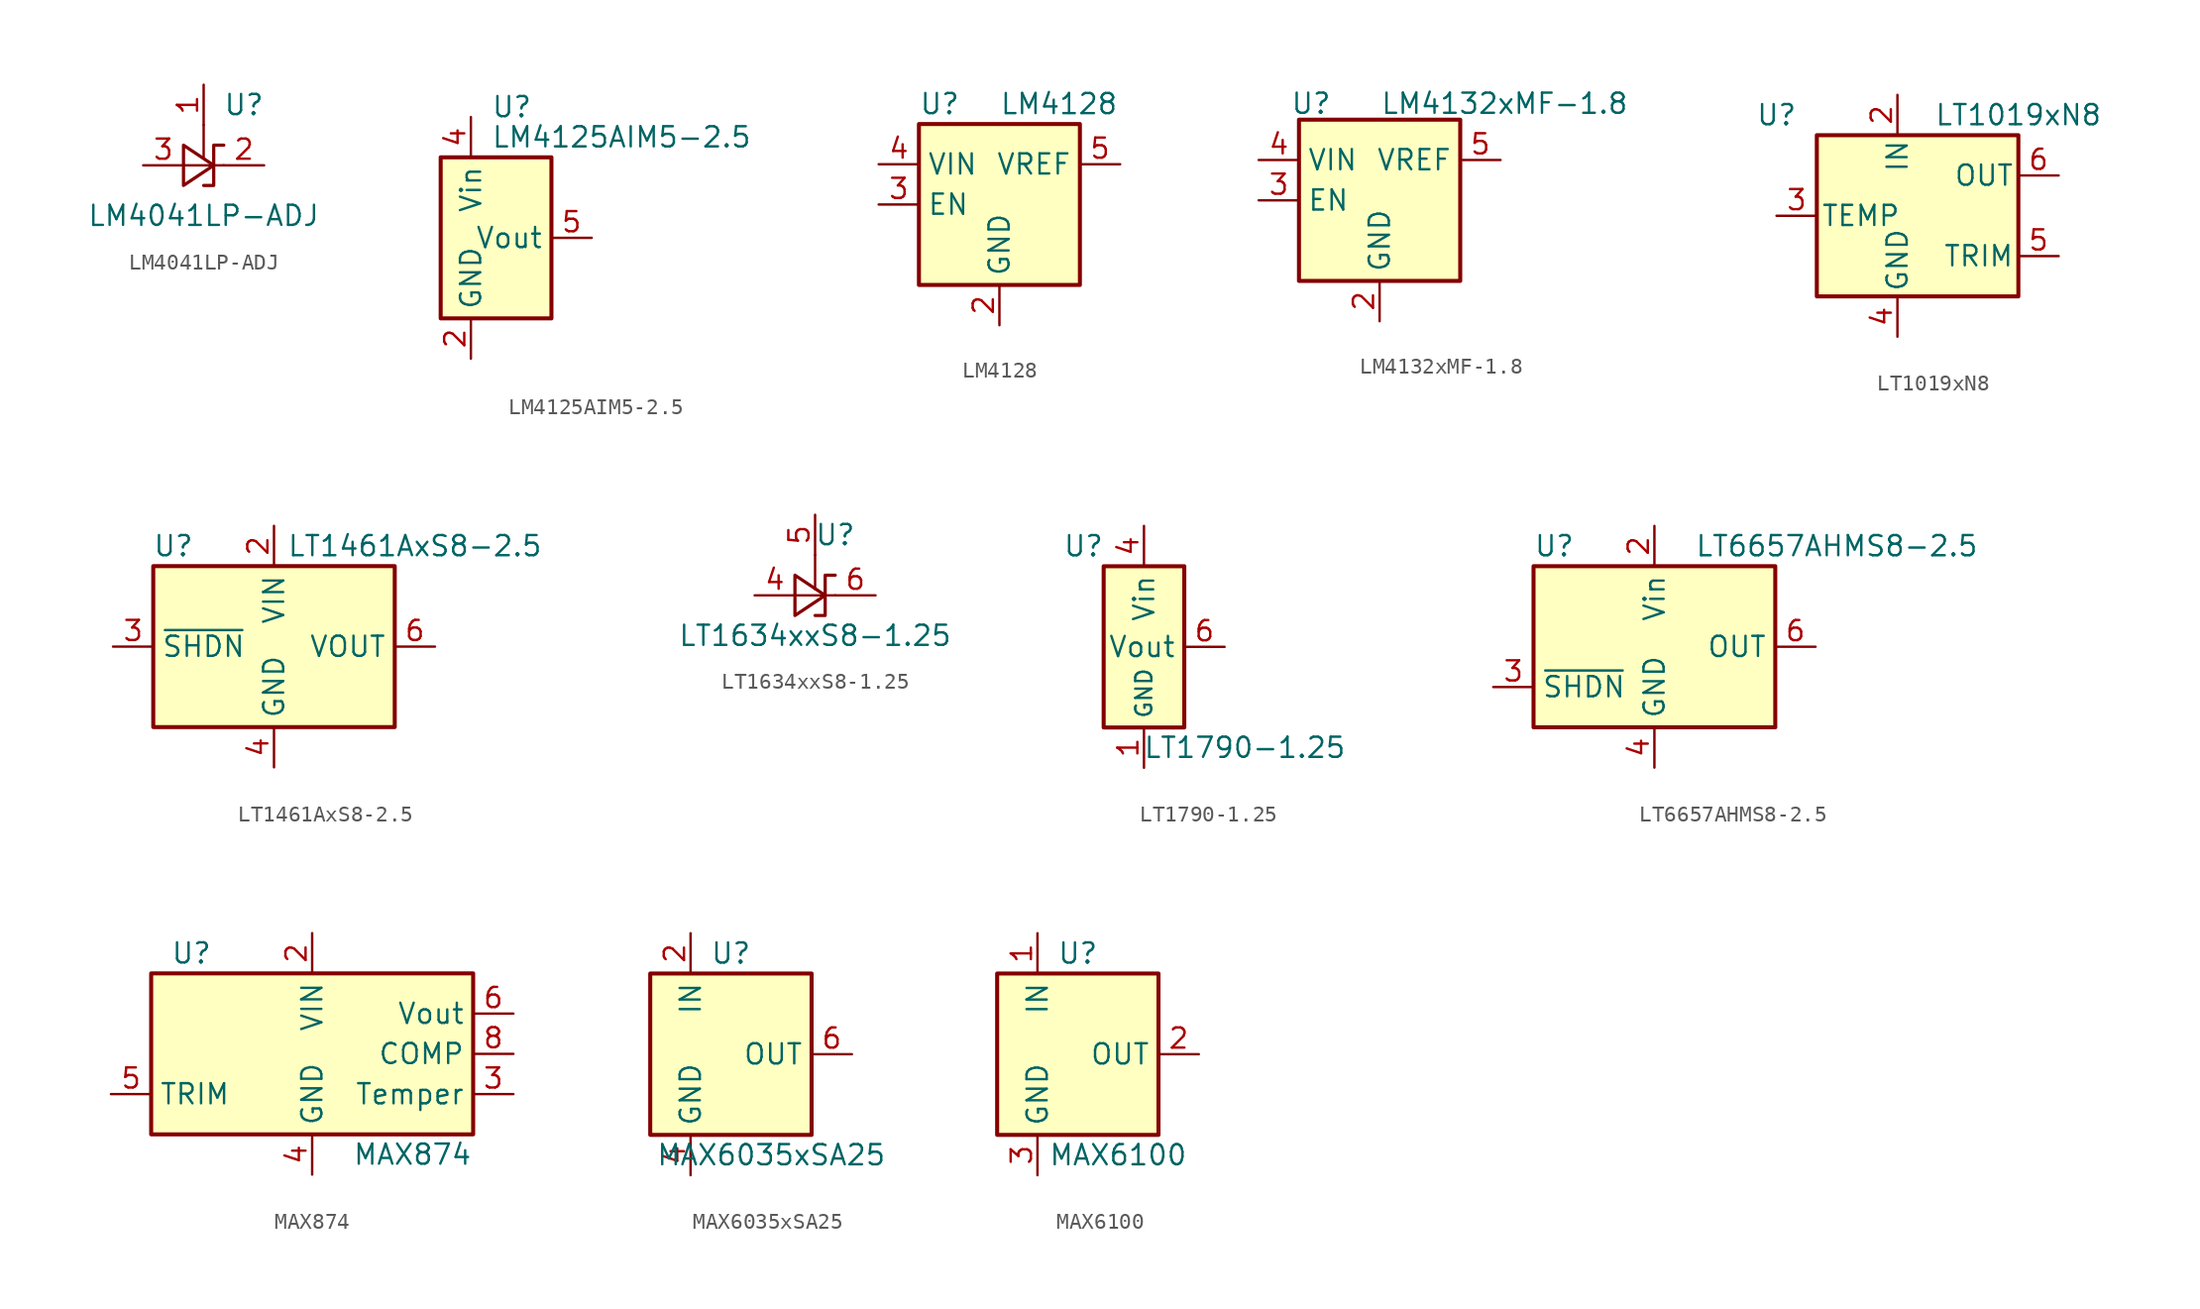
<source format=kicad_sym>
(kicad_symbol_lib
  (version 20241209)
  (generator "kicad_symbol_editor")
  (generator_version "9.0")
  (symbol "LM4041LP-ADJ"
    (pin_names
      (offset 0.025)
      (hide yes))
    (property "Reference" "U"
      (at 2.54 3.81 0)
      (effects (font (size 1.27 1.27))))
    (property "Value" "LM4041LP-ADJ"
      (at 0 -3.175 0)
      (effects (font (size 1.27 1.27))))
    (symbol "LM4041LP-ADJ_0_1"
      (polyline (pts (xy -1.27 0) (xy 0 0) (xy 1.27 0)) (stroke (width 0) (type default)) (fill (type none)))
      (polyline (pts (xy -1.27 -1.27) (xy 0.635 0) (xy -1.27 1.27) (xy -1.27 -1.27)) (stroke (width 0.203) (type default)) (fill (type none)))
      (polyline (pts (xy 0 2.54) (xy 0 0.508)) (stroke (width 0) (type default)) (fill (type none)))
      (polyline (pts (xy 0 -1.27) (xy 0.635 -1.27) (xy 0.635 1.27) (xy 1.27 1.27)) (stroke (width 0.203) (type default)) (fill (type none))))
    (symbol "LM4041LP-ADJ_1_1"
      (pin passive line (at -3.81 0 0) (length 2.54) (name "A" (effects (font (size 1.27 1.27)))) (number "3" (effects (font (size 1.27 1.27)))))
      (pin input line (at 0 5.08 270) (length 2.54) (name "FB" (effects (font (size 1.27 1.27)))) (number "1" (effects (font (size 1.27 1.27)))))
      (pin passive line (at 3.81 0 180) (length 2.54) (name "K" (effects (font (size 1.27 1.27)))) (number "2" (effects (font (size 1.27 1.27)))))))
  (symbol "LM4125AIM5-2.5"
    (property "Reference" "U"
      (at 1.27 8.255 0)
      (effects (font (size 1.27 1.27)) (justify left)))
    (property "Value" "LM4125AIM5-2.5"
      (at 1.27 6.35 0)
      (effects (font (size 1.27 1.27)) (justify left)))
    (symbol "LM4125AIM5-2.5_0_1"
      (rectangle (start -1.905 5.08) (end 5.08 -5.08) (stroke (width 0.254) (type default)) (fill (type background))))
    (symbol "LM4125AIM5-2.5_1_1"
      (pin power_in line (at 0 7.62 270) (length 2.54) (name "Vin" (effects (font (size 1.27 1.27)))) (number "4" (effects (font (size 1.27 1.27)))))
      (pin power_in line (at 0 -7.62 90) (length 2.54) (name "GND" (effects (font (size 1.27 1.27)))) (number "2" (effects (font (size 1.27 1.27)))))
      (pin no_connect line (at 2.54 -5.08 90) (length 2.54) (hide yes) (name "NC" (effects (font (size 1.27 1.27)))) (number "1" (effects (font (size 1.27 1.27)))))
      (pin no_connect line (at 5.08 -5.08 90) (length 2.54) (hide yes) (name "NC" (effects (font (size 1.27 1.27)))) (number "3" (effects (font (size 1.27 1.27)))))
      (pin power_out line (at 7.62 0 180) (length 2.54) (name "Vout" (effects (font (size 1.27 1.27)))) (number "5" (effects (font (size 1.27 1.27)))))))
  (symbol "LM4128"
    (property "Reference" "U"
      (at -5.08 6.35 0)
      (effects (font (size 1.27 1.27)) (justify left)))
    (property "Value" "LM4128"
      (at 0 6.35 0)
      (effects (font (size 1.27 1.27)) (justify left)))
    (symbol "LM4128_0_1"
      (rectangle (start -5.08 5.08) (end 5.08 -5.08) (stroke (width 0.254) (type default)) (fill (type background))))
    (symbol "LM4128_1_1"
      (pin power_in line (at -7.62 2.54 0) (length 2.54) (name "VIN" (effects (font (size 1.27 1.27)))) (number "4" (effects (font (size 1.27 1.27)))))
      (pin input line (at -7.62 0 0) (length 2.54) (name "EN" (effects (font (size 1.27 1.27)))) (number "3" (effects (font (size 1.27 1.27)))))
      (pin power_in line (at 0 -7.62 90) (length 2.54) (name "GND" (effects (font (size 1.27 1.27)))) (number "2" (effects (font (size 1.27 1.27)))))
      (pin no_connect line (at 5.08 0 180) (length 2.54) (hide yes) (name "NC" (effects (font (size 1.27 1.27)))) (number "1" (effects (font (size 1.27 1.27)))))
      (pin power_out line (at 7.62 2.54 180) (length 2.54) (name "VREF" (effects (font (size 1.27 1.27)))) (number "5" (effects (font (size 1.27 1.27)))))))
  (symbol "LM4132xMF-1.8"
    (property "Reference" "U"
      (at -4.318 6.096 0)
      (effects (font (size 1.27 1.27))))
    (property "Value" "LM4132xMF-1.8"
      (at 7.874 6.096 0)
      (effects (font (size 1.27 1.27))))
    (symbol "LM4132xMF-1.8_0_1"
      (rectangle (start -5.08 5.08) (end 5.08 -5.08) (stroke (width 0.254) (type default)) (fill (type background))))
    (symbol "LM4132xMF-1.8_1_1"
      (pin power_in line (at -7.62 2.54 0) (length 2.54) (name "VIN" (effects (font (size 1.27 1.27)))) (number "4" (effects (font (size 1.27 1.27)))))
      (pin input line (at -7.62 0 0) (length 2.54) (name "EN" (effects (font (size 1.27 1.27)))) (number "3" (effects (font (size 1.27 1.27)))))
      (pin power_in line (at 0 -7.62 90) (length 2.54) (name "GND" (effects (font (size 1.27 1.27)))) (number "2" (effects (font (size 1.27 1.27)))))
      (pin no_connect line (at 5.08 0 180) (length 2.54) (hide yes) (name "NC" (effects (font (size 1.27 1.27)))) (number "1" (effects (font (size 1.27 1.27)))))
      (pin power_out line (at 7.62 2.54 180) (length 2.54) (name "VREF" (effects (font (size 1.27 1.27)))) (number "5" (effects (font (size 1.27 1.27)))))))
  (symbol "LT1019xN8"
    (pin_names
      (offset 0.254))
    (property "Reference" "U"
      (at -7.62 6.35 0)
      (effects (font (size 1.27 1.27))))
    (property "Value" "LT1019xN8"
      (at 7.62 6.35 0)
      (effects (font (size 1.27 1.27))))
    (symbol "LT1019xN8_0_1"
      (rectangle (start 7.62 5.08) (end -5.08 -5.08) (stroke (width 0.254) (type default)) (fill (type background))))
    (symbol "LT1019xN8_1_0"
      (pin passive line (at -7.62 0 0) (length 2.54) (name "TEMP" (effects (font (size 1.27 1.27)))) (number "3" (effects (font (size 1.27 1.27)))))
      (pin no_connect line (at -5.08 2.54 0) (length 2.54) (hide yes) (name "DNC" (effects (font (size 1.27 1.27)))) (number "1" (effects (font (size 1.27 1.27)))))
      (pin no_connect line (at -5.08 -2.54 0) (length 2.54) (hide yes) (name "DNC" (effects (font (size 1.27 1.27)))) (number "8" (effects (font (size 1.27 1.27)))))
      (pin power_in line (at 0 7.62 270) (length 2.54) (name "IN" (effects (font (size 1.27 1.27)))) (number "2" (effects (font (size 1.27 1.27)))))
      (pin power_in line (at 0 -7.62 90) (length 2.54) (name "GND" (effects (font (size 1.27 1.27)))) (number "4" (effects (font (size 1.27 1.27)))))
      (pin no_connect line (at 7.62 0 180) (length 2.54) (hide yes) (name "DNC" (effects (font (size 1.27 1.27)))) (number "7" (effects (font (size 1.27 1.27)))))
      (pin power_out line (at 10.16 2.54 180) (length 2.54) (name "OUT" (effects (font (size 1.27 1.27)))) (number "6" (effects (font (size 1.27 1.27)))))
      (pin passive line (at 10.16 -2.54 180) (length 2.54) (name "TRIM" (effects (font (size 1.27 1.27)))) (number "5" (effects (font (size 1.27 1.27)))))))
  (symbol "LT1461AxS8-2.5"
    (property "Reference" "U"
      (at -6.35 6.35 0)
      (effects (font (size 1.27 1.27))))
    (property "Value" "LT1461AxS8-2.5"
      (at 8.89 6.35 0)
      (effects (font (size 1.27 1.27))))
    (symbol "LT1461AxS8-2.5_1_1"
      (rectangle (start -7.62 5.08) (end 7.62 -5.08) (stroke (width 0.254) (type default)) (fill (type background)))
      (pin input line (at -10.16 0 0) (length 2.54) (name "~{SHDN}" (effects (font (size 1.27 1.27)))) (number "3" (effects (font (size 1.27 1.27)))))
      (pin no_connect line (at -7.62 2.54 0) (length 2.54) (hide yes) (name "DNC" (effects (font (size 1.27 1.27)))) (number "7" (effects (font (size 1.27 1.27)))))
      (pin no_connect line (at -7.62 -2.54 0) (length 2.54) (hide yes) (name "DNC" (effects (font (size 1.27 1.27)))) (number "5" (effects (font (size 1.27 1.27)))))
      (pin power_in line (at 0 7.62 270) (length 2.54) (name "VIN" (effects (font (size 1.27 1.27)))) (number "2" (effects (font (size 1.27 1.27)))))
      (pin power_in line (at 0 -7.62 90) (length 2.54) (name "GND" (effects (font (size 1.27 1.27)))) (number "4" (effects (font (size 1.27 1.27)))))
      (pin no_connect line (at 7.62 2.54 180) (length 2.54) (hide yes) (name "DNC" (effects (font (size 1.27 1.27)))) (number "8" (effects (font (size 1.27 1.27)))))
      (pin no_connect line (at 7.62 -2.54 180) (length 2.54) (hide yes) (name "DNC" (effects (font (size 1.27 1.27)))) (number "1" (effects (font (size 1.27 1.27)))))
      (pin power_out line (at 10.16 0 180) (length 2.54) (name "VOUT" (effects (font (size 1.27 1.27)))) (number "6" (effects (font (size 1.27 1.27)))))))
  (symbol "LT1634xxS8-1.25"
    (pin_names
      (hide yes))
    (property "Reference" "U"
      (at 1.27 3.81 0)
      (effects (font (size 1.27 1.27))))
    (property "Value" "LT1634xxS8-1.25"
      (at 0 -2.54 0)
      (effects (font (size 1.27 1.27))))
    (symbol "LT1634xxS8-1.25_1_1"
      (polyline (pts (xy -1.27 0) (xy 0 0) (xy 1.27 0)) (stroke (width 0) (type default)) (fill (type none)))
      (polyline (pts (xy -1.27 -1.27) (xy 0.635 0) (xy -1.27 1.27) (xy -1.27 -1.27)) (stroke (width 0.203) (type default)) (fill (type none)))
      (polyline (pts (xy 0 2.54) (xy 0 0.381)) (stroke (width 0) (type default)) (fill (type none)))
      (polyline (pts (xy 0 -1.27) (xy 0.635 -1.27) (xy 0.635 1.27) (xy 1.27 1.27)) (stroke (width 0.203) (type default)) (fill (type none)))
      (pin passive line (at -3.81 0 0) (length 2.54) (name "A" (effects (font (size 1.27 1.27)))) (number "4" (effects (font (size 1.27 1.27)))))
      (pin input line (at 0 5.08 270) (length 2.54) (name "Test" (effects (font (size 1.27 1.27)))) (number "5" (effects (font (size 1.27 1.27)))))
      (pin passive line (at 3.81 0 180) (length 2.54) (name "K" (effects (font (size 1.27 1.27)))) (number "6" (effects (font (size 1.27 1.27)))))))
  (symbol "LT1790-1.25"
    (property "Reference" "U"
      (at -3.81 6.35 0)
      (effects (font (size 1.27 1.27))))
    (property "Value" "LT1790-1.25"
      (at 6.35 -6.35 0)
      (effects (font (size 1.27 1.27))))
    (symbol "LT1790-1.25_0_1"
      (rectangle (start 2.54 5.08) (end -2.54 -5.08) (stroke (width 0.254) (type default)) (fill (type background))))
    (symbol "LT1790-1.25_1_1"
      (pin power_in line (at 0 7.62 270) (length 2.54) (name "Vin" (effects (font (size 1.27 1.27)))) (number "4" (effects (font (size 1.27 1.27)))))
      (pin power_in line (at 0 -7.62 90) (length 2.54) (name "GND" (effects (font (size 1.016 1.016)))) (number "1" (effects (font (size 1.27 1.27)))))
      (pin passive line (at 0 -7.62 90) (length 2.54) (hide yes) (name "GND" (effects (font (size 1.016 1.016)))) (number "2" (effects (font (size 1.27 1.27)))))
      (pin output line (at 5.08 0 180) (length 2.54) (name "Vout" (effects (font (size 1.27 1.27)))) (number "6" (effects (font (size 1.27 1.27)))))))
  (symbol "LT6657AHMS8-2.5"
    (property "Reference" "U"
      (at -7.62 6.35 0)
      (effects (font (size 1.27 1.27)) (justify left)))
    (property "Value" "LT6657AHMS8-2.5"
      (at 2.54 6.35 0)
      (effects (font (size 1.27 1.27)) (justify left)))
    (symbol "LT6657AHMS8-2.5_0_1"
      (rectangle (start -7.62 5.08) (end 7.62 -5.08) (stroke (width 0.254) (type default)) (fill (type background))))
    (symbol "LT6657AHMS8-2.5_1_1"
      (pin input line (at -10.16 -2.54 0) (length 2.54) (name "~{SHDN}" (effects (font (size 1.27 1.27)))) (number "3" (effects (font (size 1.27 1.27)))))
      (pin no_connect line (at -7.62 2.54 0) (length 2.54) (hide yes) (name "DNC" (effects (font (size 1.27 1.27)))) (number "7" (effects (font (size 1.27 1.27)))))
      (pin no_connect line (at -7.62 0 0) (length 2.54) (hide yes) (name "DNC" (effects (font (size 1.27 1.27)))) (number "5" (effects (font (size 1.27 1.27)))))
      (pin power_in line (at 0 7.62 270) (length 2.54) (name "Vin" (effects (font (size 1.27 1.27)))) (number "2" (effects (font (size 1.27 1.27)))))
      (pin power_in line (at 0 -7.62 90) (length 2.54) (name "GND" (effects (font (size 1.27 1.27)))) (number "4" (effects (font (size 1.27 1.27)))))
      (pin no_connect line (at 7.62 2.54 180) (length 2.54) (hide yes) (name "DNC" (effects (font (size 1.27 1.27)))) (number "8" (effects (font (size 1.27 1.27)))))
      (pin no_connect line (at 7.62 -2.54 180) (length 2.54) (hide yes) (name "DNC" (effects (font (size 1.27 1.27)))) (number "1" (effects (font (size 1.27 1.27)))))
      (pin power_out line (at 10.16 0 180) (length 2.54) (name "OUT" (effects (font (size 1.27 1.27)))) (number "6" (effects (font (size 1.27 1.27)))))))
  (symbol "MAX874"
    (property "Reference" "U"
      (at -7.62 6.35 0)
      (effects (font (size 1.27 1.27))))
    (property "Value" "MAX874"
      (at 2.54 -6.35 0)
      (effects (font (size 1.27 1.27)) (justify left)))
    (symbol "MAX874_0_1"
      (rectangle (start -10.16 5.08) (end 10.16 -5.08) (stroke (width 0.254) (type default)) (fill (type background))))
    (symbol "MAX874_1_1"
      (pin input line (at -12.7 -2.54 0) (length 2.54) (name "TRIM" (effects (font (size 1.27 1.27)))) (number "5" (effects (font (size 1.27 1.27)))))
      (pin no_connect line (at -10.16 0 0) (length 2.54) (hide yes) (name "IC" (effects (font (size 1.27 1.27)))) (number "1" (effects (font (size 1.27 1.27)))))
      (pin no_connect line (at -2.54 -5.08 90) (length 2.54) (hide yes) (name "IC" (effects (font (size 1.27 1.27)))) (number "7" (effects (font (size 1.27 1.27)))))
      (pin power_in line (at 0 7.62 270) (length 2.54) (name "VIN" (effects (font (size 1.27 1.27)))) (number "2" (effects (font (size 1.27 1.27)))))
      (pin power_in line (at 0 -7.62 90) (length 2.54) (name "GND" (effects (font (size 1.27 1.27)))) (number "4" (effects (font (size 1.27 1.27)))))
      (pin power_out line (at 12.7 2.54 180) (length 2.54) (name "Vout" (effects (font (size 1.27 1.27)))) (number "6" (effects (font (size 1.27 1.27)))))
      (pin passive line (at 12.7 0 180) (length 2.54) (name "COMP" (effects (font (size 1.27 1.27)))) (number "8" (effects (font (size 1.27 1.27)))))
      (pin output line (at 12.7 -2.54 180) (length 2.54) (name "Temper" (effects (font (size 1.27 1.27)))) (number "3" (effects (font (size 1.27 1.27)))))))
  (symbol "MAX6035xSA25"
    (property "Reference" "U"
      (at 0 6.35 0)
      (effects (font (size 1.27 1.27))))
    (property "Value" "MAX6035xSA25"
      (at 2.54 -6.35 0)
      (effects (font (size 1.27 1.27))))
    (symbol "MAX6035xSA25_0_0"
      (pin no_connect line (at -5.08 0 0) (length 2.54) (hide yes) (name "NC" (effects (font (size 1.27 1.27)))) (number "3" (effects (font (size 1.27 1.27)))))
      (pin no_connect line (at 5.08 2.54 180) (length 2.54) (hide yes) (name "NC" (effects (font (size 1.27 1.27)))) (number "7" (effects (font (size 1.27 1.27)))))
      (pin no_connect line (at 5.08 -2.54 180) (length 2.54) (hide yes) (name "NC" (effects (font (size 1.27 1.27)))) (number "8" (effects (font (size 1.27 1.27))))))
    (symbol "MAX6035xSA25_0_1"
      (rectangle (start -5.08 5.08) (end 5.08 -5.08) (stroke (width 0.254) (type default)) (fill (type background))))
    (symbol "MAX6035xSA25_1_1"
      (pin no_connect line (at -5.08 2.54 0) (length 2.54) (hide yes) (name "NC" (effects (font (size 1.27 1.27)))) (number "1" (effects (font (size 1.27 1.27)))))
      (pin no_connect line (at -5.08 -2.54 0) (length 2.54) (hide yes) (name "NC" (effects (font (size 1.27 1.27)))) (number "5" (effects (font (size 1.27 1.27)))))
      (pin power_in line (at -2.54 7.62 270) (length 2.54) (name "IN" (effects (font (size 1.27 1.27)))) (number "2" (effects (font (size 1.27 1.27)))))
      (pin power_in line (at -2.54 -7.62 90) (length 2.54) (name "GND" (effects (font (size 1.27 1.27)))) (number "4" (effects (font (size 1.27 1.27)))))
      (pin power_out line (at 7.62 0 180) (length 2.54) (name "OUT" (effects (font (size 1.27 1.27)))) (number "6" (effects (font (size 1.27 1.27)))))))
  (symbol "MAX6100"
    (property "Reference" "U"
      (at 0 6.35 0)
      (effects (font (size 1.27 1.27))))
    (property "Value" "MAX6100"
      (at 2.54 -6.35 0)
      (effects (font (size 1.27 1.27))))
    (symbol "MAX6100_0_1"
      (rectangle (start -5.08 5.08) (end 5.08 -5.08) (stroke (width 0.254) (type default)) (fill (type background))))
    (symbol "MAX6100_1_1"
      (pin power_in line (at -2.54 7.62 270) (length 2.54) (name "IN" (effects (font (size 1.27 1.27)))) (number "1" (effects (font (size 1.27 1.27)))))
      (pin power_in line (at -2.54 -7.62 90) (length 2.54) (name "GND" (effects (font (size 1.27 1.27)))) (number "3" (effects (font (size 1.27 1.27)))))
      (pin power_out line (at 7.62 0 180) (length 2.54) (name "OUT" (effects (font (size 1.27 1.27)))) (number "2" (effects (font (size 1.27 1.27))))))))
</source>
